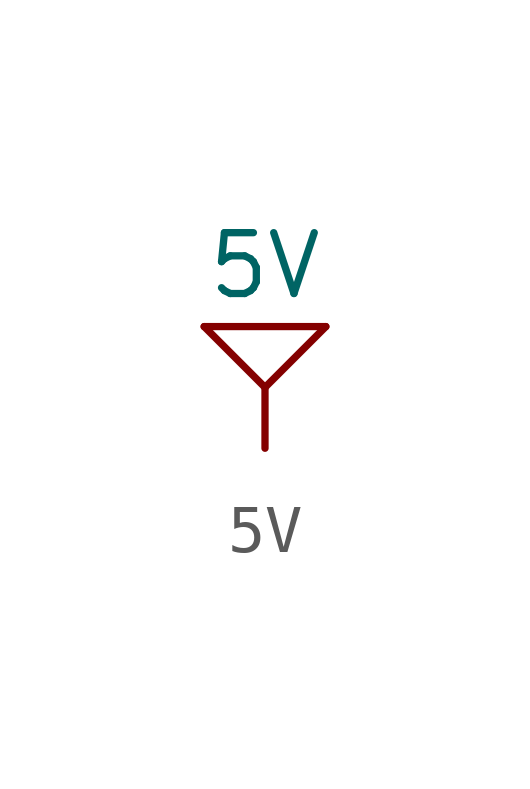
<source format=kicad_sym>
(kicad_symbol_lib
  (version 20211014)
  (generator kicad_symbol_editor)
  (symbol "5V"
    (power)
    (pin_names
      (offset 0))
    (property "Reference" "#PWR"
      (at 0 -2.54 0)
      (effects (font (size 1.27 1.27)) hide))
    (property "Value" "5V"
      (at 0 3.81 0)
      (effects (font (size 1.27 1.27))))
    (symbol "5V_0_1"
      (rectangle (start -1.27 2.54) (end 1.27 2.54) (stroke (width 0) (type default) (color 0 0 0 0)) (fill (type none)))
      (polyline (pts (xy -1.27 2.54) (xy 0 1.27)) (stroke (width 0) (type default) (color 0 0 0 0)) (fill (type none)))
      (polyline (pts (xy 0 0) (xy 0 1.27)) (stroke (width 0) (type default) (color 0 0 0 0)) (fill (type none)))
      (polyline (pts (xy 0 1.27) (xy 1.27 2.54)) (stroke (width 0) (type default) (color 0 0 0 0)) (fill (type none))))
    (symbol "5V_1_1"
      (pin power_in line (at 0 0 180) (length 0) hide (name "5V" (effects (font (size 1.27 1.27)))) (number "1" (effects (font (size 1.27 1.27))))))))
</source>
